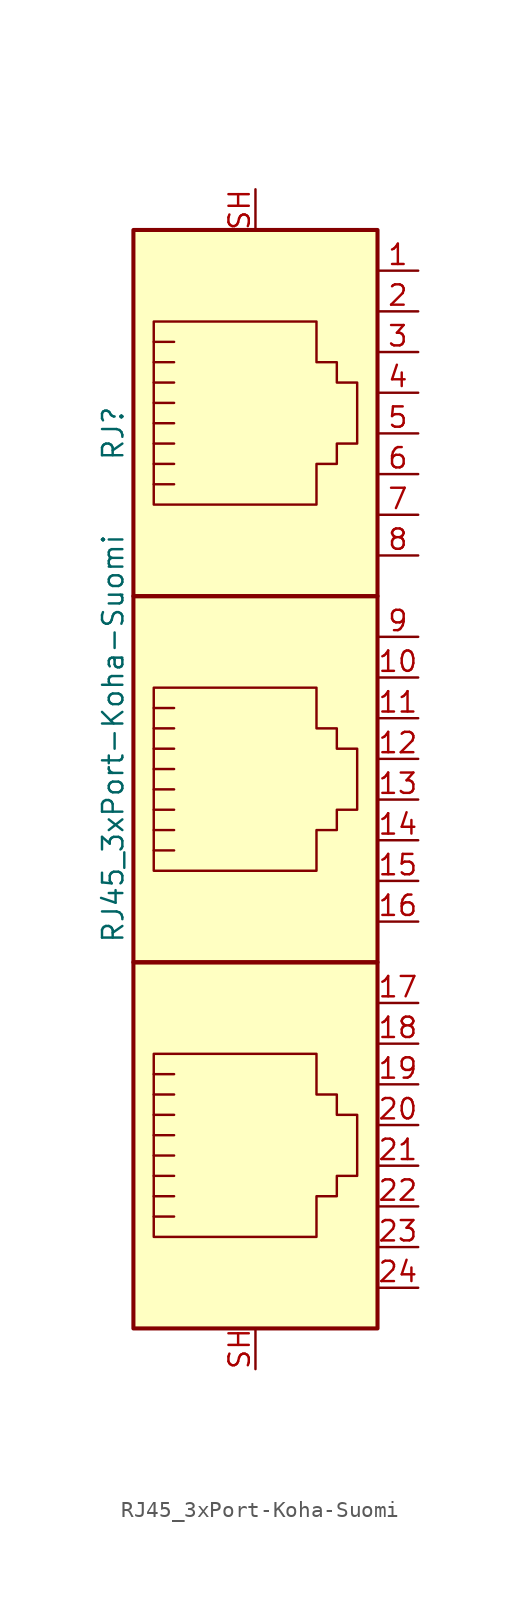
<source format=kicad_sym>
(kicad_symbol_lib
  (version 20220914)
  (generator kicad_symbol_editor)
  (symbol "RJ45_3xPort-Koha-Suomi"
    (pin_names
      (offset 1.016))
    (property "Reference" "RJ"
      (at -8.89 21.59 90)
      (effects (font (size 1.27 1.27))))
    (property "Value" "RJ45_3xPort-Koha-Suomi"
      (at -8.89 2.54 90)
      (effects (font (size 1.27 1.27))))
    (symbol "RJ45_3xPort-Koha-Suomi_1_1"
      (polyline (pts (xy -5.08 -19.685) (xy -6.35 -19.685)) (stroke (width 0) (type solid)) (fill (type none)))
      (polyline (pts (xy -5.08 -18.415) (xy -6.35 -18.415)) (stroke (width 0) (type solid)) (fill (type none)))
      (polyline (pts (xy -5.08 3.175) (xy -6.35 3.175)) (stroke (width 0) (type solid)) (fill (type none)))
      (polyline (pts (xy -5.08 4.445) (xy -6.35 4.445)) (stroke (width 0) (type solid)) (fill (type none)))
      (polyline (pts (xy -5.08 18.415) (xy -6.35 18.415)) (stroke (width 0) (type solid)) (fill (type none)))
      (polyline (pts (xy -5.08 19.685) (xy -6.35 19.685)) (stroke (width 0) (type solid)) (fill (type none)))
      (polyline (pts (xy -6.35 -27.305) (xy -5.08 -27.305) (xy -5.08 -27.305)) (stroke (width 0) (type solid)) (fill (type none)))
      (polyline (pts (xy -6.35 -26.035) (xy -5.08 -26.035) (xy -5.08 -26.035)) (stroke (width 0) (type solid)) (fill (type none)))
      (polyline (pts (xy -6.35 -24.765) (xy -5.08 -24.765) (xy -5.08 -24.765)) (stroke (width 0) (type solid)) (fill (type none)))
      (polyline (pts (xy -6.35 -23.495) (xy -5.08 -23.495) (xy -5.08 -23.495)) (stroke (width 0) (type solid)) (fill (type none)))
      (polyline (pts (xy -6.35 -22.225) (xy -5.08 -22.225) (xy -5.08 -22.225)) (stroke (width 0) (type solid)) (fill (type none)))
      (polyline (pts (xy -6.35 -4.445) (xy -5.08 -4.445) (xy -5.08 -4.445)) (stroke (width 0) (type solid)) (fill (type none)))
      (polyline (pts (xy -6.35 -3.175) (xy -5.08 -3.175) (xy -5.08 -3.175)) (stroke (width 0) (type solid)) (fill (type none)))
      (polyline (pts (xy -6.35 -1.905) (xy -5.08 -1.905) (xy -5.08 -1.905)) (stroke (width 0) (type solid)) (fill (type none)))
      (polyline (pts (xy -6.35 -0.635) (xy -5.08 -0.635) (xy -5.08 -0.635)) (stroke (width 0) (type solid)) (fill (type none)))
      (polyline (pts (xy -6.35 0.635) (xy -5.08 0.635) (xy -5.08 0.635)) (stroke (width 0) (type solid)) (fill (type none)))
      (polyline (pts (xy -6.35 22.225) (xy -5.08 22.225) (xy -5.08 22.225)) (stroke (width 0) (type solid)) (fill (type none)))
      (polyline (pts (xy -6.35 23.495) (xy -5.08 23.495) (xy -5.08 23.495)) (stroke (width 0) (type solid)) (fill (type none)))
      (polyline (pts (xy -6.35 24.765) (xy -5.08 24.765) (xy -5.08 24.765)) (stroke (width 0) (type solid)) (fill (type none)))
      (polyline (pts (xy -6.35 26.035) (xy -5.08 26.035) (xy -5.08 26.035)) (stroke (width 0) (type solid)) (fill (type none)))
      (polyline (pts (xy -6.35 27.305) (xy -5.08 27.305) (xy -5.08 27.305)) (stroke (width 0) (type solid)) (fill (type none)))
      (polyline (pts (xy -5.08 -20.955) (xy -6.35 -20.955) (xy -6.35 -20.955)) (stroke (width 0) (type solid)) (fill (type none)))
      (polyline (pts (xy -5.08 1.905) (xy -6.35 1.905) (xy -6.35 1.905)) (stroke (width 0) (type solid)) (fill (type none)))
      (polyline (pts (xy -5.08 20.955) (xy -6.35 20.955) (xy -6.35 20.955)) (stroke (width 0) (type solid)) (fill (type none)))
      (polyline (pts (xy -6.35 -28.575) (xy -6.35 -17.145) (xy 3.81 -17.145) (xy 3.81 -19.685) (xy 5.08 -19.685) (xy 5.08 -20.955) (xy 6.35 -20.955) (xy 6.35 -24.765) (xy 5.08 -24.765) (xy 5.08 -26.035) (xy 3.81 -26.035) (xy 3.81 -28.575) (xy -6.35 -28.575) (xy -6.35 -28.575)) (stroke (width 0) (type solid)) (fill (type none)))
      (polyline (pts (xy -6.35 -5.715) (xy -6.35 5.715) (xy 3.81 5.715) (xy 3.81 3.175) (xy 5.08 3.175) (xy 5.08 1.905) (xy 6.35 1.905) (xy 6.35 -1.905) (xy 5.08 -1.905) (xy 5.08 -3.175) (xy 3.81 -3.175) (xy 3.81 -5.715) (xy -6.35 -5.715) (xy -6.35 -5.715)) (stroke (width 0) (type solid)) (fill (type none)))
      (polyline (pts (xy -6.35 28.575) (xy -6.35 17.145) (xy 3.81 17.145) (xy 3.81 19.685) (xy 5.08 19.685) (xy 5.08 20.955) (xy 6.35 20.955) (xy 6.35 24.765) (xy 5.08 24.765) (xy 5.08 26.035) (xy 3.81 26.035) (xy 3.81 28.575) (xy -6.35 28.575) (xy -6.35 28.575)) (stroke (width 0) (type solid)) (fill (type none)))
      (rectangle (start 7.62 -11.43) (end -7.62 -34.29) (stroke (width 0.254) (type solid)) (fill (type background)))
      (rectangle (start 7.62 11.43) (end -7.62 -11.43) (stroke (width 0.254) (type solid)) (fill (type background)))
      (rectangle (start 7.62 11.43) (end -7.62 34.29) (stroke (width 0.254) (type solid)) (fill (type background)))
      (pin passive line (at 10.16 31.75 180) (length 2.54) (name "~" (effects (font (size 1.27 1.27)))) (number "1" (effects (font (size 1.27 1.27)))))
      (pin passive line (at 10.16 6.35 180) (length 2.54) (name "~" (effects (font (size 1.27 1.27)))) (number "10" (effects (font (size 1.27 1.27)))))
      (pin passive line (at 10.16 3.81 180) (length 2.54) (name "~" (effects (font (size 1.27 1.27)))) (number "11" (effects (font (size 1.27 1.27)))))
      (pin passive line (at 10.16 1.27 180) (length 2.54) (name "~" (effects (font (size 1.27 1.27)))) (number "12" (effects (font (size 1.27 1.27)))))
      (pin passive line (at 10.16 -1.27 180) (length 2.54) (name "~" (effects (font (size 1.27 1.27)))) (number "13" (effects (font (size 1.27 1.27)))))
      (pin passive line (at 10.16 -3.81 180) (length 2.54) (name "~" (effects (font (size 1.27 1.27)))) (number "14" (effects (font (size 1.27 1.27)))))
      (pin passive line (at 10.16 -6.35 180) (length 2.54) (name "~" (effects (font (size 1.27 1.27)))) (number "15" (effects (font (size 1.27 1.27)))))
      (pin passive line (at 10.16 -8.89 180) (length 2.54) (name "~" (effects (font (size 1.27 1.27)))) (number "16" (effects (font (size 1.27 1.27)))))
      (pin passive line (at 10.16 -13.97 180) (length 2.54) (name "~" (effects (font (size 1.27 1.27)))) (number "17" (effects (font (size 1.27 1.27)))))
      (pin passive line (at 10.16 -16.51 180) (length 2.54) (name "~" (effects (font (size 1.27 1.27)))) (number "18" (effects (font (size 1.27 1.27)))))
      (pin passive line (at 10.16 -19.05 180) (length 2.54) (name "~" (effects (font (size 1.27 1.27)))) (number "19" (effects (font (size 1.27 1.27)))))
      (pin passive line (at 10.16 29.21 180) (length 2.54) (name "~" (effects (font (size 1.27 1.27)))) (number "2" (effects (font (size 1.27 1.27)))))
      (pin passive line (at 10.16 -21.59 180) (length 2.54) (name "~" (effects (font (size 1.27 1.27)))) (number "20" (effects (font (size 1.27 1.27)))))
      (pin passive line (at 10.16 -24.13 180) (length 2.54) (name "~" (effects (font (size 1.27 1.27)))) (number "21" (effects (font (size 1.27 1.27)))))
      (pin passive line (at 10.16 -26.67 180) (length 2.54) (name "~" (effects (font (size 1.27 1.27)))) (number "22" (effects (font (size 1.27 1.27)))))
      (pin passive line (at 10.16 -29.21 180) (length 2.54) (name "~" (effects (font (size 1.27 1.27)))) (number "23" (effects (font (size 1.27 1.27)))))
      (pin passive line (at 10.16 -31.75 180) (length 2.54) (name "~" (effects (font (size 1.27 1.27)))) (number "24" (effects (font (size 1.27 1.27)))))
      (pin passive line (at 10.16 26.67 180) (length 2.54) (name "~" (effects (font (size 1.27 1.27)))) (number "3" (effects (font (size 1.27 1.27)))))
      (pin passive line (at 10.16 24.13 180) (length 2.54) (name "~" (effects (font (size 1.27 1.27)))) (number "4" (effects (font (size 1.27 1.27)))))
      (pin passive line (at 10.16 21.59 180) (length 2.54) (name "~" (effects (font (size 1.27 1.27)))) (number "5" (effects (font (size 1.27 1.27)))))
      (pin passive line (at 10.16 19.05 180) (length 2.54) (name "~" (effects (font (size 1.27 1.27)))) (number "6" (effects (font (size 1.27 1.27)))))
      (pin passive line (at 10.16 16.51 180) (length 2.54) (name "~" (effects (font (size 1.27 1.27)))) (number "7" (effects (font (size 1.27 1.27)))))
      (pin passive line (at 10.16 13.97 180) (length 2.54) (name "~" (effects (font (size 1.27 1.27)))) (number "8" (effects (font (size 1.27 1.27)))))
      (pin passive line (at 10.16 8.89 180) (length 2.54) (name "~" (effects (font (size 1.27 1.27)))) (number "9" (effects (font (size 1.27 1.27)))))
      (pin passive line (at 0 -36.83 90) (length 2.54) (name "~" (effects (font (size 1.27 1.27)))) (number "SH" (effects (font (size 1.27 1.27)))))
      (pin passive line (at 0 36.83 270) (length 2.54) (name "~" (effects (font (size 1.27 1.27)))) (number "SH" (effects (font (size 1.27 1.27))))))))
</source>
